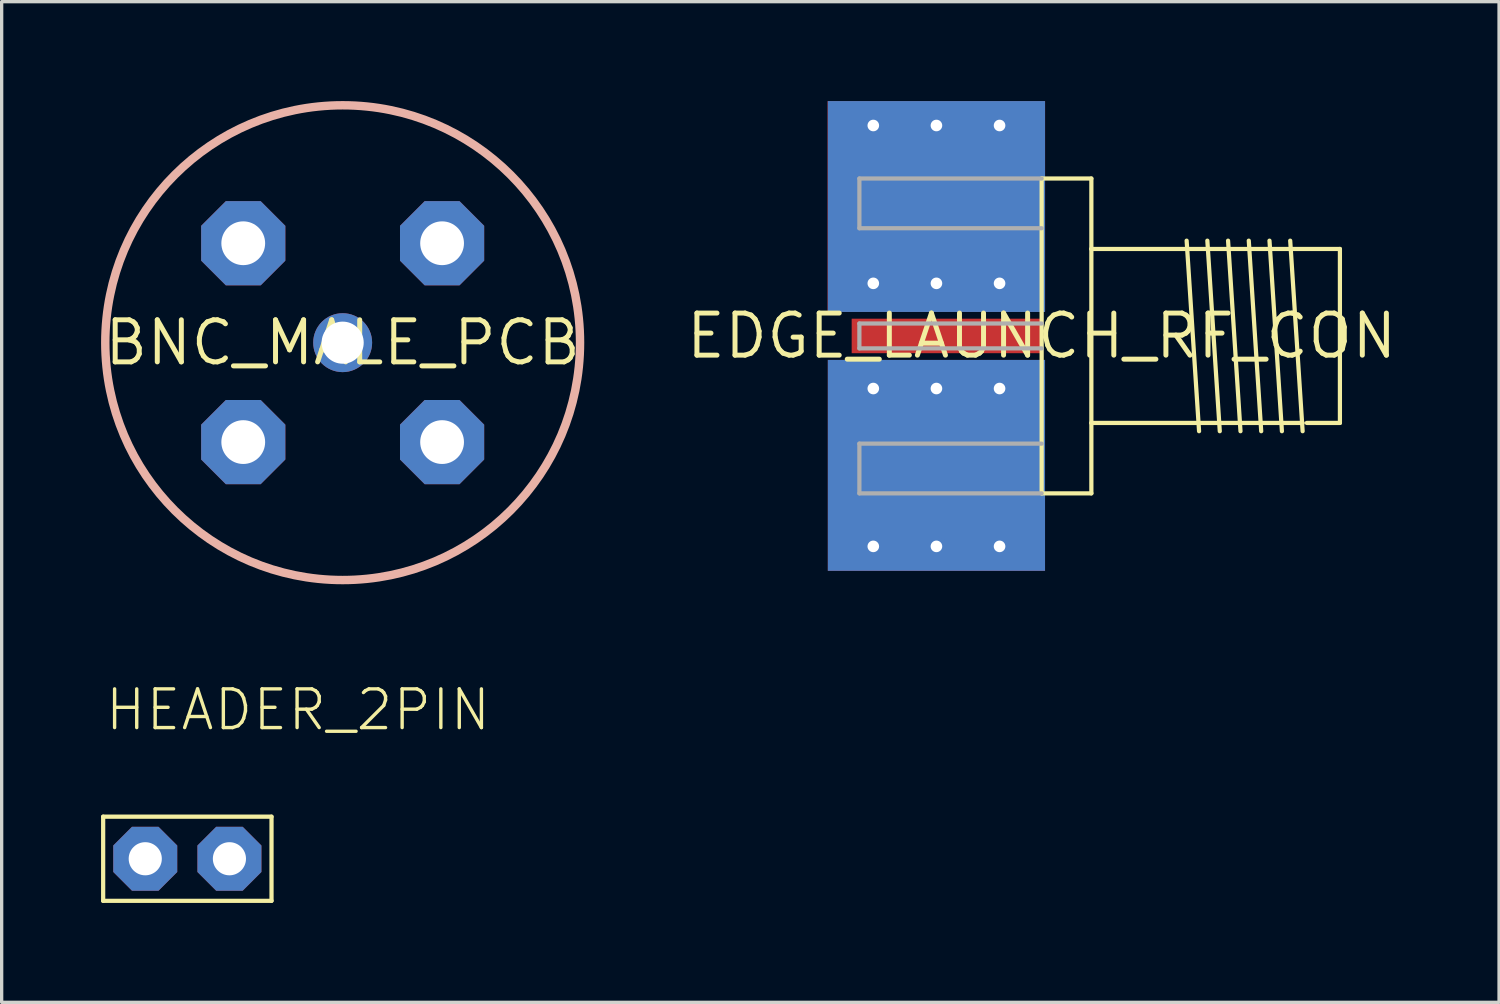
<source format=kicad_pcb>
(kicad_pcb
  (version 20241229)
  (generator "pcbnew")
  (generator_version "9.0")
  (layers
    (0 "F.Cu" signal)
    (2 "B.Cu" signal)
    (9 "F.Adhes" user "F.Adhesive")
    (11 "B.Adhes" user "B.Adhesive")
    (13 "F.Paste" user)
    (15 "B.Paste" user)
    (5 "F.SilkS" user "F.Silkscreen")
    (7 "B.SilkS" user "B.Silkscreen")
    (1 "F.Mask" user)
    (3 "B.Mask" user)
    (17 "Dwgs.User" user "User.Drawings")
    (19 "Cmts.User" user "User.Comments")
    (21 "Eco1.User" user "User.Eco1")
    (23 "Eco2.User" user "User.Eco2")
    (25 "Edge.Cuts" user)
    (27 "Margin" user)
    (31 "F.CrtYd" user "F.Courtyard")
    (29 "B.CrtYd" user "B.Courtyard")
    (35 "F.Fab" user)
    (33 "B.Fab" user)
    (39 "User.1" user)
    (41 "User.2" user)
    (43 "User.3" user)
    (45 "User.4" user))
  (footprint "HEADER_2PIN"
    (layer "F.Cu")
    (at 2.603 22.863)
    (property "Reference" "HEADER_2PIN" (at -2.54 -3.81 0) (unlocked yes) (layer "F.SilkS") (effects (font (size 1.168 1.168) (thickness 0.102)) (justify left bottom)))
    (fp_line (start -2.54 -1.27) (end -2.54 1.27) (stroke (width 0.127) (type solid)) (layer "F.SilkS"))
    (fp_line (start -2.54 1.27) (end 2.54 1.27) (stroke (width 0.127) (type solid)) (layer "F.SilkS"))
    (fp_line (start 2.54 -1.27) (end -2.54 -1.27) (stroke (width 0.127) (type solid)) (layer "F.SilkS"))
    (fp_line (start 2.54 1.27) (end 2.54 -1.27) (stroke (width 0.127) (type solid)) (layer "F.SilkS"))
    (pad "1" thru_hole roundrect (at -1.27 0) (size 1.93 1.93) (drill 1) (layers "*.Cu" "*.Mask") (roundrect_rratio 0.25) (chamfer_ratio 0.293) (chamfer top_left top_right bottom_left bottom_right))
    (pad "2" thru_hole roundrect (at 1.27 0) (size 1.93 1.93) (drill 1) (layers "*.Cu" "*.Mask") (roundrect_rratio 0.25) (chamfer_ratio 0.293) (chamfer top_left top_right bottom_left bottom_right)))
  (footprint "EDGE_LAUNCH_RF_CON"
    (layer "F.Cu")
    (at 28.382 7.087)
    (property "Reference" "EDGE_LAUNCH_RF_CON" (at 0 0 0) (layer "F.SilkS") (effects (font (size 1.27 1.27) (thickness 0.15))))
    (fp_poly (pts (xy 0.102 -0.724) (xy -6.452 -0.724) (xy -6.452 -7.087) (xy 0.102 -7.087)) (stroke (width 0) (type default)) (fill yes) (layer "F.Cu"))
    (fp_poly (pts (xy 0.102 -0.724) (xy -6.452 -0.724) (xy -6.452 -7.087) (xy 0.102 -7.087)) (stroke (width 0) (type default)) (fill yes) (layer "F.Cu"))
    (fp_poly (pts (xy 0.102 -0.724) (xy -6.452 -0.724) (xy -6.452 -7.087) (xy 0.102 -7.087)) (stroke (width 0) (type default)) (fill yes) (layer "F.Cu"))
    (fp_poly (pts (xy 0.102 7.087) (xy -6.452 7.087) (xy -6.452 0.724) (xy 0.102 0.724)) (stroke (width 0) (type default)) (fill yes) (layer "F.Cu"))
    (fp_poly (pts (xy 0.102 -2.311) (xy -6.452 -2.311) (xy -6.452 -7.087) (xy 0.102 -7.087)) (stroke (width 0) (type default)) (fill yes) (layer "F.Mask"))
    (fp_poly (pts (xy 0.102 7.087) (xy -6.452 7.087) (xy -6.452 2.311) (xy 0.102 2.311)) (stroke (width 0) (type default)) (fill yes) (layer "F.Mask"))
    (fp_poly (pts (xy 0.102 -0.724) (xy -6.452 -0.724) (xy -6.452 -7.087) (xy 0.102 -7.087)) (stroke (width 0) (type default)) (fill yes) (layer "B.Cu"))
    (fp_poly (pts (xy 0.102 7.087) (xy -6.452 7.087) (xy -6.452 0.724) (xy 0.102 0.724)) (stroke (width 0) (type default)) (fill yes) (layer "B.Cu"))
    (fp_poly (pts (xy 0.102 -0.724) (xy -6.452 -0.724) (xy -6.452 -7.087) (xy 0.102 -7.087)) (stroke (width 0) (type default)) (fill yes) (layer "B.Mask"))
    (fp_poly (pts (xy 0.102 7.087) (xy -6.452 7.087) (xy -6.452 0.724) (xy 0.102 0.724)) (stroke (width 0) (type default)) (fill yes) (layer "B.Mask"))
    (fp_line (start 0 -4.75) (end 1.5 -4.75) (stroke (width 0.127) (type solid)) (layer "F.SilkS"))
    (fp_line (start 0 4.75) (end 0 -4.75) (stroke (width 0.127) (type solid)) (layer "F.SilkS"))
    (fp_line (start 1.5 -4.75) (end 1.5 -2.625) (stroke (width 0.127) (type solid)) (layer "F.SilkS"))
    (fp_line (start 1.5 -2.625) (end 1.5 2.625) (stroke (width 0.127) (type solid)) (layer "F.SilkS"))
    (fp_line (start 1.5 -2.625) (end 9 -2.625) (stroke (width 0.127) (type solid)) (layer "F.SilkS"))
    (fp_line (start 1.5 2.625) (end 1.5 4.75) (stroke (width 0.127) (type solid)) (layer "F.SilkS"))
    (fp_line (start 1.5 2.625) (end 7.875 2.625) (stroke (width 0.127) (type solid)) (layer "F.SilkS"))
    (fp_line (start 1.5 4.75) (end 0 4.75) (stroke (width 0.127) (type solid)) (layer "F.SilkS"))
    (fp_line (start 4.375 -2.875) (end 4.75 2.875) (stroke (width 0.127) (type solid)) (layer "F.SilkS"))
    (fp_line (start 5 -2.875) (end 5.375 2.875) (stroke (width 0.127) (type solid)) (layer "F.SilkS"))
    (fp_line (start 5.625 -2.875) (end 6 2.875) (stroke (width 0.127) (type solid)) (layer "F.SilkS"))
    (fp_line (start 6.25 -2.875) (end 6.625 2.875) (stroke (width 0.127) (type solid)) (layer "F.SilkS"))
    (fp_line (start 6.875 -2.875) (end 7.25 2.875) (stroke (width 0.127) (type solid)) (layer "F.SilkS"))
    (fp_line (start 7.5 -2.875) (end 7.875 2.875) (stroke (width 0.127) (type solid)) (layer "F.SilkS"))
    (fp_line (start 9 -2.625) (end 9 2.625) (stroke (width 0.127) (type solid)) (layer "F.SilkS"))
    (fp_line (start 9 2.625) (end 8 2.625) (stroke (width 0.127) (type solid)) (layer "F.SilkS"))
    (fp_line (start -5.5 -4.75) (end -5.5 -3.25) (stroke (width 0.127) (type solid)) (layer "F.Fab"))
    (fp_line (start -5.5 -3.25) (end 0 -3.25) (stroke (width 0.127) (type solid)) (layer "F.Fab"))
    (fp_line (start -5.5 -0.375) (end -5.5 0.375) (stroke (width 0.127) (type solid)) (layer "F.Fab"))
    (fp_line (start -5.5 0.375) (end 0 0.375) (stroke (width 0.127) (type solid)) (layer "F.Fab"))
    (fp_line (start -5.5 3.25) (end -5.5 4.75) (stroke (width 0.127) (type solid)) (layer "F.Fab"))
    (fp_line (start -5.5 4.75) (end 0 4.75) (stroke (width 0.127) (type solid)) (layer "F.Fab"))
    (fp_line (start 0 -4.75) (end -5.5 -4.75) (stroke (width 0.127) (type solid)) (layer "F.Fab"))
    (fp_line (start 0 -0.375) (end -5.5 -0.375) (stroke (width 0.127) (type solid)) (layer "F.Fab"))
    (fp_line (start 0 3.25) (end -5.5 3.25) (stroke (width 0.127) (type solid)) (layer "F.Fab"))
    (pad "CENTER" smd rect (at -2.875 0 90) (size 1.041 5.715) (layers "F.Cu" "F.Mask" "F.Paste"))
    (pad "GND@1" thru_hole circle (at -5.08 -1.587) (size 0.604 0.604) (drill 0.35) (layers "*.Cu"))
    (pad "GND@2" thru_hole circle (at -3.175 -1.587) (size 0.604 0.604) (drill 0.35) (layers "*.Cu"))
    (pad "GND@3" thru_hole circle (at -1.27 -1.587) (size 0.604 0.604) (drill 0.35) (layers "*.Cu"))
    (pad "GND@4" thru_hole circle (at -5.08 1.587) (size 0.604 0.604) (drill 0.35) (layers "*.Cu"))
    (pad "GND@5" thru_hole circle (at -3.175 1.587) (size 0.604 0.604) (drill 0.35) (layers "*.Cu"))
    (pad "GND@6" thru_hole circle (at -1.27 1.587) (size 0.604 0.604) (drill 0.35) (layers "*.Cu"))
    (pad "GND@7" thru_hole circle (at -5.08 -6.35) (size 0.604 0.604) (drill 0.35) (layers "*.Cu" "*.Mask"))
    (pad "GND@8" thru_hole circle (at -3.175 -6.35) (size 0.604 0.604) (drill 0.35) (layers "*.Cu" "*.Mask"))
    (pad "GND@9" thru_hole circle (at -1.27 -6.35) (size 0.604 0.604) (drill 0.35) (layers "*.Cu" "*.Mask"))
    (pad "GND@10" thru_hole circle (at -5.08 6.35) (size 0.604 0.604) (drill 0.35) (layers "*.Cu" "*.Mask"))
    (pad "GND@11" thru_hole circle (at -3.175 6.35) (size 0.604 0.604) (drill 0.35) (layers "*.Cu" "*.Mask"))
    (pad "GND@12" thru_hole circle (at -1.27 6.35) (size 0.604 0.604) (drill 0.35) (layers "*.Cu" "*.Mask"))
    (pad "SHIELD@1" smd rect (at -3.175 4.128 90) (size 2.54 6.35) (layers "F.Cu" "F.Mask" "F.Paste"))
    (pad "SHIELD@2" smd rect (at -3.175 -4.128 90) (size 2.54 6.35) (layers "F.Cu" "F.Mask" "F.Paste")))
  (footprint "BNC_MALE_PCB"
    (layer "F.Cu")
    (at 7.29 7.29)
    (property "Reference" "BNC_MALE_PCB" (at 0 0 0) (layer "F.SilkS") (effects (font (size 1.27 1.27) (thickness 0.15))))
    (fp_circle (center 0 0) (end 7.163 0) (stroke (width 0.254) (type solid)) (fill no) (layer "B.SilkS"))
    (pad "CENTER" thru_hole circle (at 0 0) (size 1.778 1.778) (drill 1.27) (layers "*.Cu" "*.Mask"))
    (pad "SHIELD@1" thru_hole roundrect (at -3 3) (size 2.54 2.54) (drill 1.321) (layers "*.Cu" "*.Mask") (roundrect_rratio 0.25) (chamfer_ratio 0.293) (chamfer top_left top_right bottom_left bottom_right))
    (pad "SHIELD@2" thru_hole roundrect (at -3 -3) (size 2.54 2.54) (drill 1.321) (layers "*.Cu" "*.Mask") (roundrect_rratio 0.25) (chamfer_ratio 0.293) (chamfer top_left top_right bottom_left bottom_right))
    (pad "SHIELD@3" thru_hole roundrect (at 3 -3) (size 2.54 2.54) (drill 1.321) (layers "*.Cu" "*.Mask") (roundrect_rratio 0.25) (chamfer_ratio 0.293) (chamfer top_left top_right bottom_left bottom_right))
    (pad "SHIELD@4" thru_hole roundrect (at 3 3) (size 2.54 2.54) (drill 1.321) (layers "*.Cu" "*.Mask") (roundrect_rratio 0.25) (chamfer_ratio 0.293) (chamfer top_left top_right bottom_left bottom_right)))
  (gr_rect
    (start -3 -3)
    (end 42.184 27.196)
    (stroke (width 0.1) (type default))
    (fill no)
    (layer "Edge.Cuts")))
</source>
